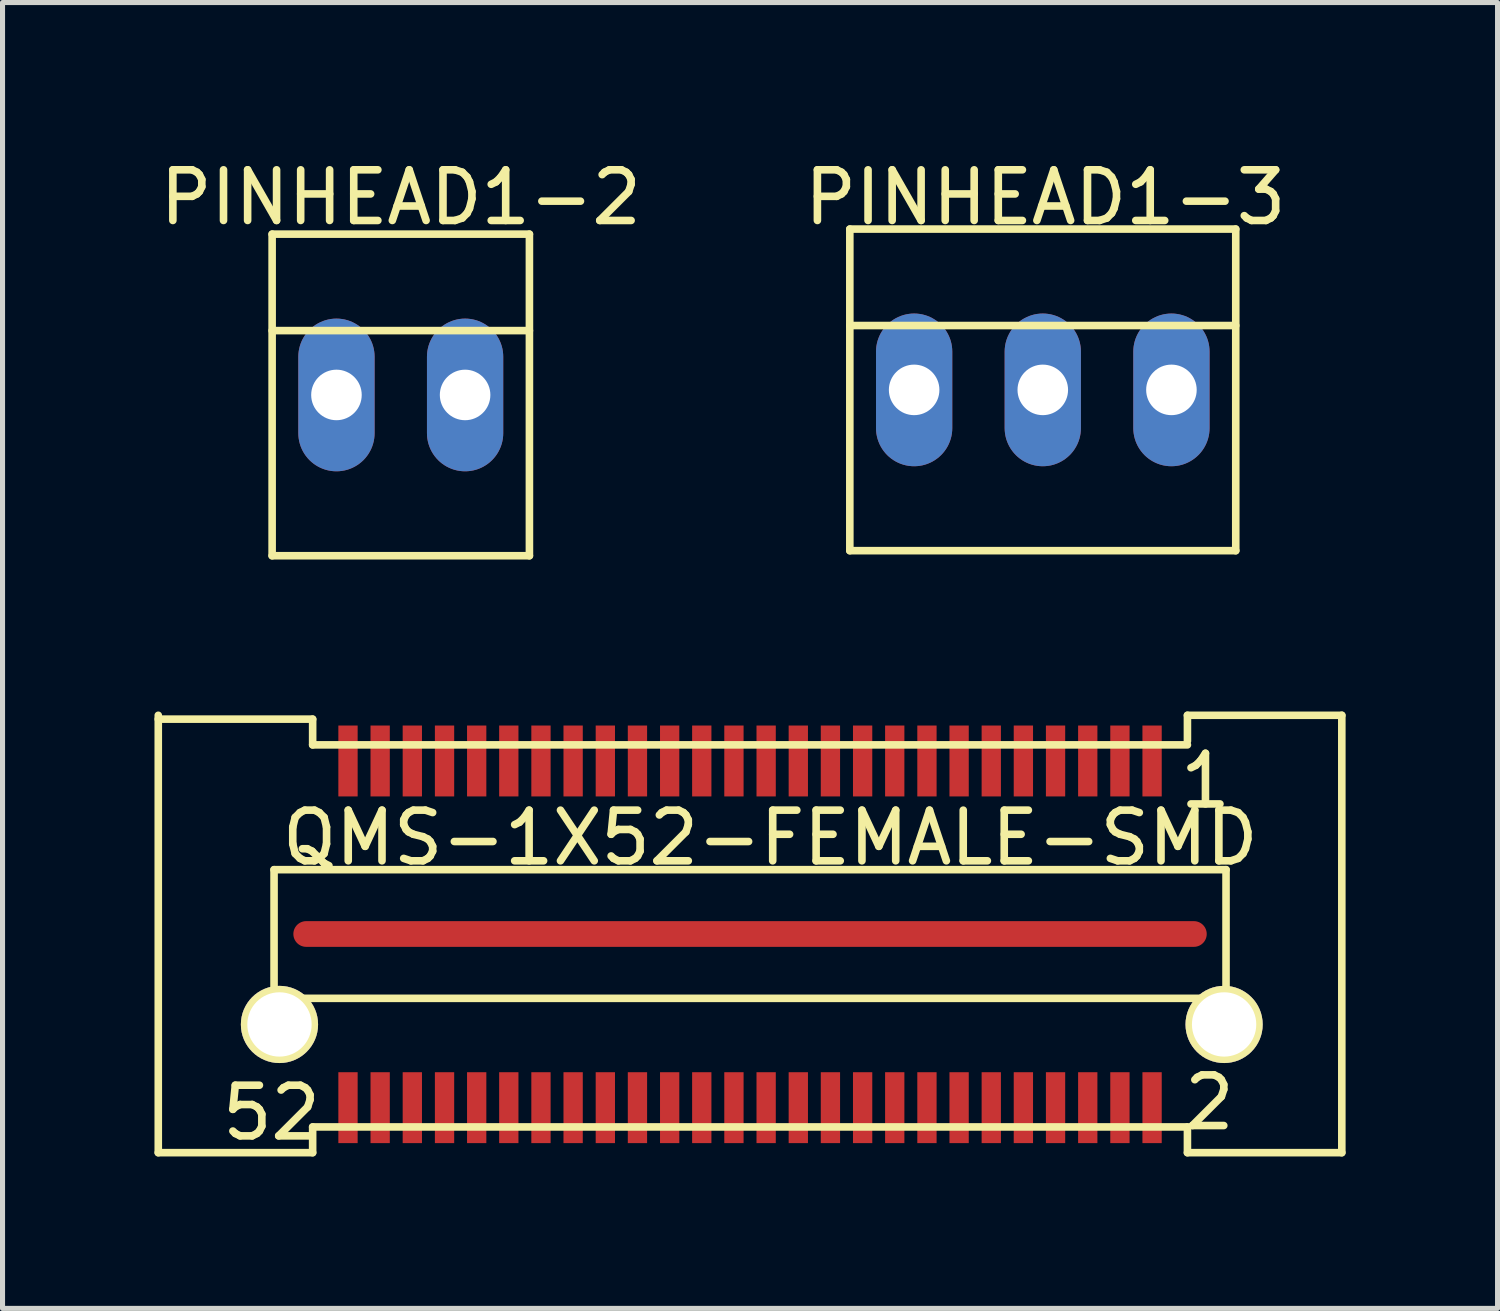
<source format=kicad_pcb>
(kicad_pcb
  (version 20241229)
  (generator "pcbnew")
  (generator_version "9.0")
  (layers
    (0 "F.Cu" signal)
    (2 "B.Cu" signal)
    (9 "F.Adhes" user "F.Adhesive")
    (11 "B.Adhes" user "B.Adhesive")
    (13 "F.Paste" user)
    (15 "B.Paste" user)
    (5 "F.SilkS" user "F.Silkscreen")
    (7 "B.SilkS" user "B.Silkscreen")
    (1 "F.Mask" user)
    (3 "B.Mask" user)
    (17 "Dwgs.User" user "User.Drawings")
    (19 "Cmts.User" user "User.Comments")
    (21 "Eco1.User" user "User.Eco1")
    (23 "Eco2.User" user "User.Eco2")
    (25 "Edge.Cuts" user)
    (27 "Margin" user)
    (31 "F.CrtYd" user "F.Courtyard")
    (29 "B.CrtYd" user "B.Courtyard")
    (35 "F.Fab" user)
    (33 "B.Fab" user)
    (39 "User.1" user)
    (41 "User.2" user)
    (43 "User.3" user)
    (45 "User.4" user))
  (footprint "PINHEAD1-2"
    (layer "F.Cu")
    (at 4.863 4.748)
    (property "Reference" "PINHEAD1-2" (at 0 -3.9 0) (layer "F.SilkS") (effects (font (size 1 1) (thickness 0.15))))
    (attr exclude_from_pos_files exclude_from_bom)
    (fp_line (start -2.54 -3.175) (end -2.54 3.175) (stroke (width 0.15) (type solid)) (layer "F.SilkS"))
    (fp_line (start -2.54 -3.175) (end 2.54 -3.175) (stroke (width 0.15) (type solid)) (layer "F.SilkS"))
    (fp_line (start 2.54 -3.175) (end 2.54 3.175) (stroke (width 0.15) (type solid)) (layer "F.SilkS"))
    (fp_line (start 2.54 -1.27) (end -2.54 -1.27) (stroke (width 0.15) (type solid)) (layer "F.SilkS"))
    (fp_line (start 2.54 3.175) (end -2.54 3.175) (stroke (width 0.15) (type solid)) (layer "F.SilkS"))
    (pad "1" thru_hole oval (at -1.27 0) (size 1.506 3.015) (drill 0.998) (layers "*.Cu" "*.Mask"))
    (pad "2" thru_hole oval (at 1.27 0) (size 1.506 3.015) (drill 0.998) (layers "*.Cu" "*.Mask")))
  (footprint "PINHEAD1-3"
    (layer "F.Cu")
    (at 17.539 4.648)
    (property "Reference" "PINHEAD1-3" (at 0.05 -3.8 0) (layer "F.SilkS") (effects (font (size 1 1) (thickness 0.15))))
    (attr exclude_from_pos_files exclude_from_bom)
    (fp_line (start -3.81 -3.175) (end -3.81 3.175) (stroke (width 0.15) (type solid)) (layer "F.SilkS"))
    (fp_line (start -3.81 -3.175) (end 3.81 -3.175) (stroke (width 0.15) (type solid)) (layer "F.SilkS"))
    (fp_line (start 3.81 -3.175) (end 3.81 3.175) (stroke (width 0.15) (type solid)) (layer "F.SilkS"))
    (fp_line (start 3.81 -1.27) (end -3.81 -1.27) (stroke (width 0.15) (type solid)) (layer "F.SilkS"))
    (fp_line (start 3.81 3.175) (end -3.81 3.175) (stroke (width 0.15) (type solid)) (layer "F.SilkS"))
    (pad "1" thru_hole oval (at -2.54 0) (size 1.506 3.015) (drill 0.998) (layers "*.Cu" "*.Mask"))
    (pad "2" thru_hole oval (at 0 0) (size 1.506 3.015) (drill 0.998) (layers "*.Cu" "*.Mask"))
    (pad "3" thru_hole oval (at 2.54 0) (size 1.506 3.015) (drill 0.998) (layers "*.Cu" "*.Mask")))
  (footprint "QMS-1X52-FEMALE-SMD"
    (layer "F.Cu")
    (at 11.759 15.391)
    (property "Reference" "QMS-1X52-FEMALE-SMD" (at 0.4 -1.9 0) (layer "F.SilkS") (effects (font (size 1 1) (thickness 0.15))))
    (attr smd)
    (fp_line (start -11.684 -4.318) (end -11.684 4.318) (stroke (width 0.15) (type solid)) (layer "F.SilkS"))
    (fp_line (start -9.398 -1.27) (end -9.398 1.27) (stroke (width 0.15) (type solid)) (layer "F.SilkS"))
    (fp_line (start -9.398 1.27) (end 9.398 1.27) (stroke (width 0.15) (type solid)) (layer "F.SilkS"))
    (fp_line (start -8.636 -4.242) (end -11.684 -4.242) (stroke (width 0.15) (type solid)) (layer "F.SilkS"))
    (fp_line (start -8.636 -3.734) (end -8.636 -4.242) (stroke (width 0.15) (type solid)) (layer "F.SilkS"))
    (fp_line (start -8.636 3.81) (end 8.636 3.81) (stroke (width 0.15) (type solid)) (layer "F.SilkS"))
    (fp_line (start -8.636 4.318) (end -11.684 4.318) (stroke (width 0.15) (type solid)) (layer "F.SilkS"))
    (fp_line (start -8.636 4.318) (end -8.636 3.81) (stroke (width 0.15) (type solid)) (layer "F.SilkS"))
    (fp_line (start 8.636 -4.318) (end 8.636 -3.81) (stroke (width 0.15) (type solid)) (layer "F.SilkS"))
    (fp_line (start 8.636 -3.734) (end -8.636 -3.734) (stroke (width 0.15) (type solid)) (layer "F.SilkS"))
    (fp_line (start 8.636 3.81) (end 8.636 4.318) (stroke (width 0.15) (type solid)) (layer "F.SilkS"))
    (fp_line (start 8.636 4.318) (end 11.684 4.318) (stroke (width 0.15) (type solid)) (layer "F.SilkS"))
    (fp_line (start 9.398 -1.27) (end -9.398 -1.27) (stroke (width 0.15) (type solid)) (layer "F.SilkS"))
    (fp_line (start 9.398 1.27) (end 9.398 -1.27) (stroke (width 0.15) (type solid)) (layer "F.SilkS"))
    (fp_line (start 11.684 -4.318) (end 8.636 -4.318) (stroke (width 0.15) (type solid)) (layer "F.SilkS"))
    (fp_line (start 11.684 4.318) (end 11.684 -4.318) (stroke (width 0.15) (type solid)) (layer "F.SilkS"))
    (fp_text user "1" (at 8.992 -3.023 0) (layer "F.SilkS") (effects (font (size 1 1) (thickness 0.15))))
    (fp_text user "52" (at -9.449 3.531 0) (layer "F.SilkS") (effects (font (size 1 1) (thickness 0.15))))
    (fp_text user "2" (at 9.068 3.327 0) (layer "F.SilkS") (effects (font (size 1 1) (thickness 0.15))))
    (pad "" thru_hole circle (at -9.291 1.786) (size 1.524 1.524) (drill 1.27) (layers "*.Cu" "*.Mask" "F.SilkS"))
    (pad "" thru_hole circle (at 9.36 1.786) (size 1.524 1.524) (drill 1.27) (layers "*.Cu" "*.Mask" "F.SilkS"))
    (pad "1" smd rect (at 7.938 -3.416) (size 0.381 1.4) (layers "F.Cu" "F.Mask" "F.Paste"))
    (pad "2" smd rect (at 7.938 3.429) (size 0.381 1.4) (layers "F.Cu" "F.Mask" "F.Paste"))
    (pad "3" smd rect (at 7.303 -3.416) (size 0.381 1.4) (layers "F.Cu" "F.Mask" "F.Paste"))
    (pad "4" smd rect (at 7.303 3.429) (size 0.381 1.4) (layers "F.Cu" "F.Mask" "F.Paste"))
    (pad "5" smd rect (at 6.668 -3.416) (size 0.381 1.4) (layers "F.Cu" "F.Mask" "F.Paste"))
    (pad "6" smd rect (at 6.668 3.429) (size 0.381 1.4) (layers "F.Cu" "F.Mask" "F.Paste"))
    (pad "7" smd rect (at 6.032 -3.416) (size 0.381 1.4) (layers "F.Cu" "F.Mask" "F.Paste"))
    (pad "8" smd rect (at 6.032 3.429) (size 0.381 1.4) (layers "F.Cu" "F.Mask" "F.Paste"))
    (pad "9" smd rect (at 5.397 -3.416) (size 0.381 1.4) (layers "F.Cu" "F.Mask" "F.Paste"))
    (pad "10" smd rect (at 5.397 3.429) (size 0.381 1.4) (layers "F.Cu" "F.Mask" "F.Paste"))
    (pad "11" smd rect (at 4.763 -3.416) (size 0.381 1.4) (layers "F.Cu" "F.Mask" "F.Paste"))
    (pad "12" smd rect (at 4.763 3.429) (size 0.381 1.4) (layers "F.Cu" "F.Mask" "F.Paste"))
    (pad "13" smd rect (at 4.128 -3.416) (size 0.381 1.4) (layers "F.Cu" "F.Mask" "F.Paste"))
    (pad "14" smd rect (at 4.128 3.429) (size 0.381 1.4) (layers "F.Cu" "F.Mask" "F.Paste"))
    (pad "15" smd rect (at 3.493 -3.416) (size 0.381 1.4) (layers "F.Cu" "F.Mask" "F.Paste"))
    (pad "16" smd rect (at 3.493 3.429) (size 0.381 1.4) (layers "F.Cu" "F.Mask" "F.Paste"))
    (pad "17" smd rect (at 2.857 -3.416) (size 0.381 1.4) (layers "F.Cu" "F.Mask" "F.Paste"))
    (pad "18" smd rect (at 2.857 3.429) (size 0.381 1.4) (layers "F.Cu" "F.Mask" "F.Paste"))
    (pad "19" smd rect (at 2.223 -3.416) (size 0.381 1.4) (layers "F.Cu" "F.Mask" "F.Paste"))
    (pad "20" smd rect (at 2.223 3.429) (size 0.381 1.4) (layers "F.Cu" "F.Mask" "F.Paste"))
    (pad "21" smd rect (at 1.587 -3.416) (size 0.381 1.4) (layers "F.Cu" "F.Mask" "F.Paste"))
    (pad "22" smd rect (at 1.587 3.429) (size 0.381 1.4) (layers "F.Cu" "F.Mask" "F.Paste"))
    (pad "23" smd rect (at 0.953 -3.416) (size 0.381 1.4) (layers "F.Cu" "F.Mask" "F.Paste"))
    (pad "24" smd rect (at 0.953 3.429) (size 0.381 1.4) (layers "F.Cu" "F.Mask" "F.Paste"))
    (pad "25" smd rect (at 0.318 -3.416) (size 0.381 1.4) (layers "F.Cu" "F.Mask" "F.Paste"))
    (pad "26" smd rect (at 0.318 3.429) (size 0.381 1.4) (layers "F.Cu" "F.Mask" "F.Paste"))
    (pad "27" smd rect (at -0.318 -3.416) (size 0.381 1.4) (layers "F.Cu" "F.Mask" "F.Paste"))
    (pad "28" smd rect (at -0.318 3.429) (size 0.381 1.4) (layers "F.Cu" "F.Mask" "F.Paste"))
    (pad "29" smd rect (at -0.953 -3.416) (size 0.381 1.4) (layers "F.Cu" "F.Mask" "F.Paste"))
    (pad "30" smd rect (at -0.953 3.429) (size 0.381 1.4) (layers "F.Cu" "F.Mask" "F.Paste"))
    (pad "31" smd rect (at -1.587 -3.416) (size 0.381 1.4) (layers "F.Cu" "F.Mask" "F.Paste"))
    (pad "32" smd rect (at -1.587 3.429) (size 0.381 1.4) (layers "F.Cu" "F.Mask" "F.Paste"))
    (pad "33" smd rect (at -2.223 -3.416) (size 0.381 1.4) (layers "F.Cu" "F.Mask" "F.Paste"))
    (pad "34" smd rect (at -2.223 3.429) (size 0.381 1.4) (layers "F.Cu" "F.Mask" "F.Paste"))
    (pad "35" smd rect (at -2.857 -3.416) (size 0.381 1.4) (layers "F.Cu" "F.Mask" "F.Paste"))
    (pad "36" smd rect (at -2.857 3.429) (size 0.381 1.4) (layers "F.Cu" "F.Mask" "F.Paste"))
    (pad "37" smd rect (at -3.493 -3.416) (size 0.381 1.4) (layers "F.Cu" "F.Mask" "F.Paste"))
    (pad "38" smd rect (at -3.493 3.429) (size 0.381 1.4) (layers "F.Cu" "F.Mask" "F.Paste"))
    (pad "39" smd rect (at -4.128 -3.416) (size 0.381 1.4) (layers "F.Cu" "F.Mask" "F.Paste"))
    (pad "40" smd rect (at -4.128 3.429) (size 0.381 1.4) (layers "F.Cu" "F.Mask" "F.Paste"))
    (pad "41" smd rect (at -4.763 -3.416) (size 0.381 1.4) (layers "F.Cu" "F.Mask" "F.Paste"))
    (pad "42" smd rect (at -4.763 3.429) (size 0.381 1.4) (layers "F.Cu" "F.Mask" "F.Paste"))
    (pad "43" smd rect (at -5.397 -3.416) (size 0.381 1.4) (layers "F.Cu" "F.Mask" "F.Paste"))
    (pad "44" smd rect (at -5.397 3.429) (size 0.381 1.4) (layers "F.Cu" "F.Mask" "F.Paste"))
    (pad "45" smd rect (at -6.032 -3.416) (size 0.381 1.4) (layers "F.Cu" "F.Mask" "F.Paste"))
    (pad "46" smd rect (at -6.032 3.429) (size 0.381 1.4) (layers "F.Cu" "F.Mask" "F.Paste"))
    (pad "47" smd rect (at -6.668 -3.416) (size 0.381 1.4) (layers "F.Cu" "F.Mask" "F.Paste"))
    (pad "48" smd rect (at -6.668 3.429) (size 0.381 1.4) (layers "F.Cu" "F.Mask" "F.Paste"))
    (pad "49" smd rect (at -7.303 -3.416) (size 0.381 1.4) (layers "F.Cu" "F.Mask" "F.Paste"))
    (pad "50" smd rect (at -7.303 3.429) (size 0.381 1.4) (layers "F.Cu" "F.Mask" "F.Paste"))
    (pad "51" smd rect (at -7.938 -3.416) (size 0.381 1.4) (layers "F.Cu" "F.Mask" "F.Paste"))
    (pad "52" smd rect (at -7.938 3.429) (size 0.381 1.4) (layers "F.Cu" "F.Mask" "F.Paste"))
    (pad "53" smd oval (at 0 0) (size 18.034 0.508) (layers "F.Cu" "F.Mask" "F.Paste")))
  (gr_rect
    (start -3 -3)
    (end 26.518 22.784)
    (stroke (width 0.1) (type default))
    (fill no)
    (layer "Edge.Cuts")))
</source>
